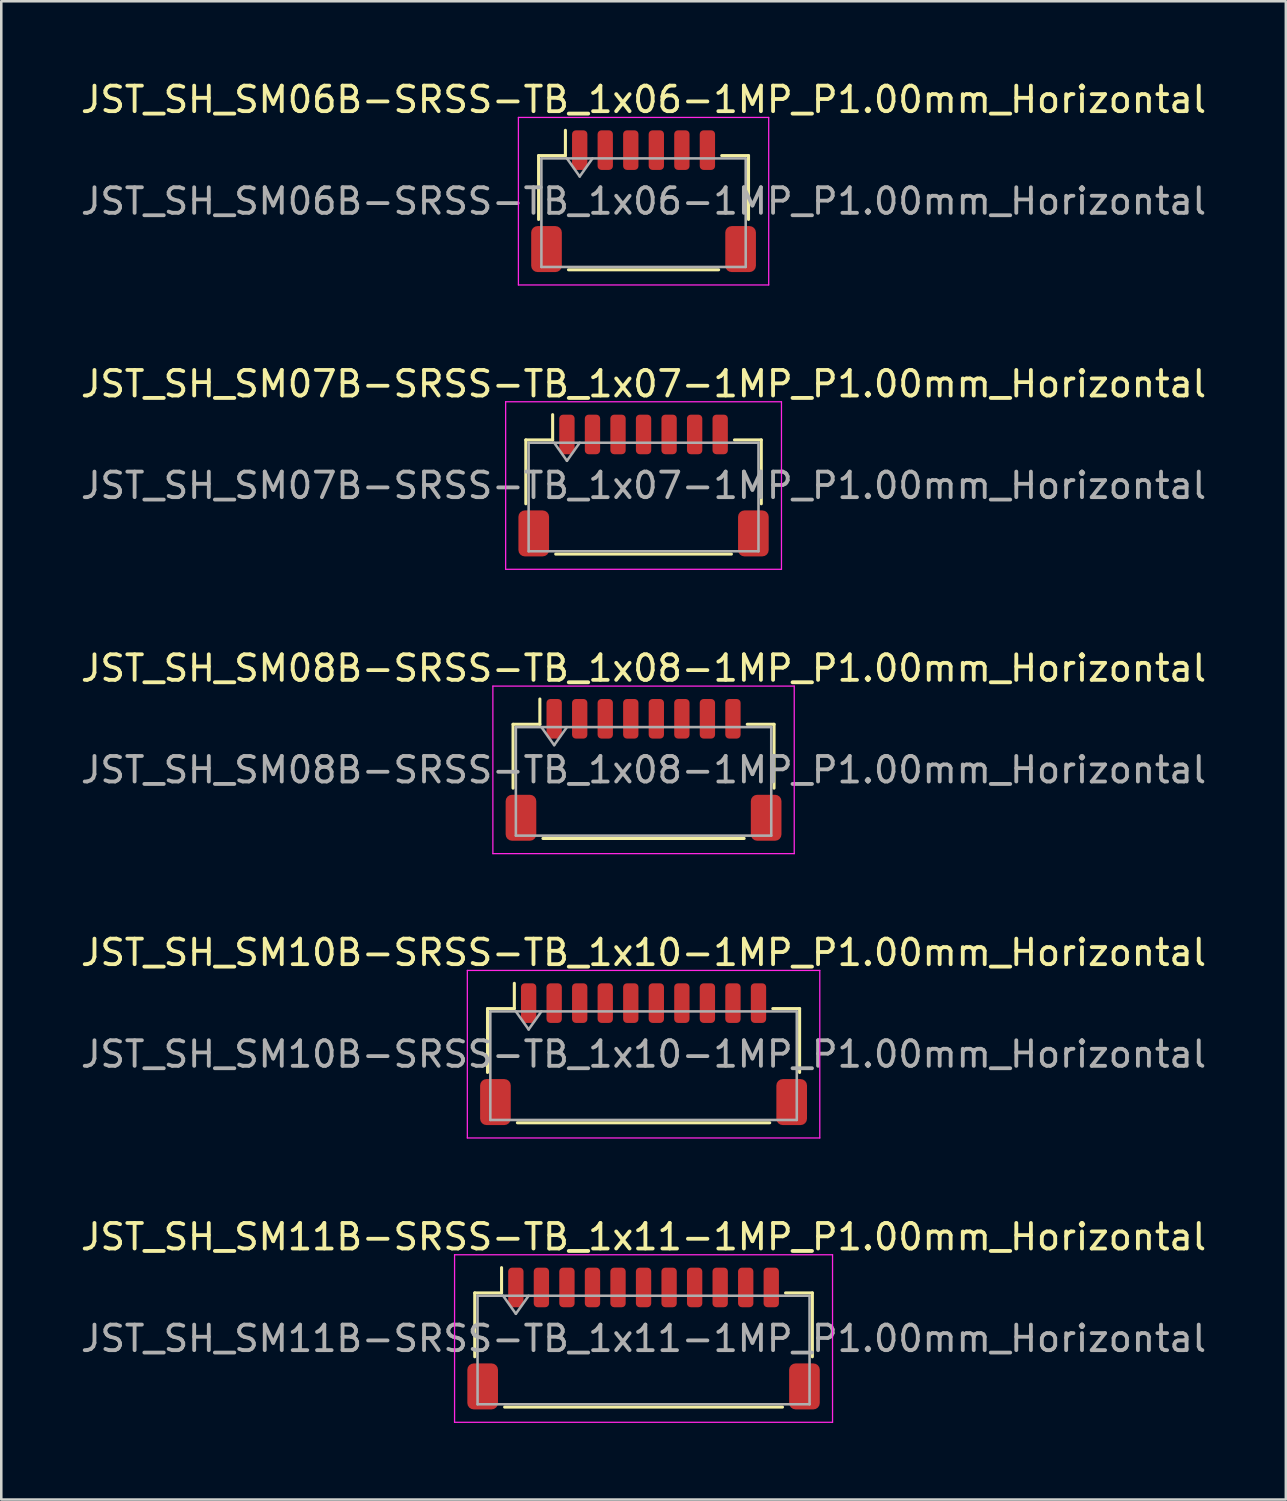
<source format=kicad_pcb>
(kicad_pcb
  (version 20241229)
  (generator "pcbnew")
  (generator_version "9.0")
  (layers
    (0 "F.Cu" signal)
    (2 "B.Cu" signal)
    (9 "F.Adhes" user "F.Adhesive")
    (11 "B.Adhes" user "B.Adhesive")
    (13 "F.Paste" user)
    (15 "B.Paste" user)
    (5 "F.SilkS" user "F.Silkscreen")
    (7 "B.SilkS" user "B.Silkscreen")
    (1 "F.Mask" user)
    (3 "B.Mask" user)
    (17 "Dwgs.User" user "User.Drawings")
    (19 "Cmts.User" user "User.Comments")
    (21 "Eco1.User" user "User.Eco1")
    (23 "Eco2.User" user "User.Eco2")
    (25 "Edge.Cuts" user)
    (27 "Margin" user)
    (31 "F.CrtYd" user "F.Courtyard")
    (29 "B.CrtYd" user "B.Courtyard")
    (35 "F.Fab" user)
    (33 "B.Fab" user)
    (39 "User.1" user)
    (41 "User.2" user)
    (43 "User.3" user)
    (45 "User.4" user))
  (footprint "JST_SH_SM07B-SRSS-TB_1x07-1MP_P1.00mm_Horizontal"
    (layer "F.Cu")
    (at 22.149 15.961)
    (property "Reference" "JST_SH_SM07B-SRSS-TB_1x07-1MP_P1.00mm_Horizontal" (at 0 -3.98 0) (layer "F.SilkS") (effects (font (size 1 1) (thickness 0.15))))
    (attr smd)
    (fp_line (start -4.61 -1.785) (end -3.56 -1.785) (stroke (width 0.12) (type solid)) (layer "F.SilkS"))
    (fp_line (start -4.61 0.715) (end -4.61 -1.785) (stroke (width 0.12) (type solid)) (layer "F.SilkS"))
    (fp_line (start -3.56 -1.785) (end -3.56 -2.775) (stroke (width 0.12) (type solid)) (layer "F.SilkS"))
    (fp_line (start -3.44 2.685) (end 3.44 2.685) (stroke (width 0.12) (type solid)) (layer "F.SilkS"))
    (fp_line (start 4.61 -1.785) (end 3.56 -1.785) (stroke (width 0.12) (type solid)) (layer "F.SilkS"))
    (fp_line (start 4.61 0.715) (end 4.61 -1.785) (stroke (width 0.12) (type solid)) (layer "F.SilkS"))
    (fp_line (start -5.4 -3.28) (end -5.4 3.28) (stroke (width 0.05) (type solid)) (layer "F.CrtYd"))
    (fp_line (start -5.4 3.28) (end 5.4 3.28) (stroke (width 0.05) (type solid)) (layer "F.CrtYd"))
    (fp_line (start 5.4 -3.28) (end -5.4 -3.28) (stroke (width 0.05) (type solid)) (layer "F.CrtYd"))
    (fp_line (start 5.4 3.28) (end 5.4 -3.28) (stroke (width 0.05) (type solid)) (layer "F.CrtYd"))
    (fp_line (start -4.5 -1.675) (end -4.5 2.575) (stroke (width 0.1) (type solid)) (layer "F.Fab"))
    (fp_line (start -4.5 -1.675) (end 4.5 -1.675) (stroke (width 0.1) (type solid)) (layer "F.Fab"))
    (fp_line (start -4.5 2.575) (end 4.5 2.575) (stroke (width 0.1) (type solid)) (layer "F.Fab"))
    (fp_line (start -3.5 -1.675) (end -3 -0.968) (stroke (width 0.1) (type solid)) (layer "F.Fab"))
    (fp_line (start -3 -0.968) (end -2.5 -1.675) (stroke (width 0.1) (type solid)) (layer "F.Fab"))
    (fp_line (start 4.5 -1.675) (end 4.5 2.575) (stroke (width 0.1) (type solid)) (layer "F.Fab"))
    (fp_text user "${REFERENCE}" (at 0 0 0) (layer "F.Fab") (effects (font (size 1 1) (thickness 0.15))))
    (pad "1" smd roundrect (at -3 -2) (size 0.6 1.55) (layers "F.Cu" "F.Mask" "F.Paste") (roundrect_rratio 0.25))
    (pad "2" smd roundrect (at -2 -2) (size 0.6 1.55) (layers "F.Cu" "F.Mask" "F.Paste") (roundrect_rratio 0.25))
    (pad "3" smd roundrect (at -1 -2) (size 0.6 1.55) (layers "F.Cu" "F.Mask" "F.Paste") (roundrect_rratio 0.25))
    (pad "4" smd roundrect (at 0 -2) (size 0.6 1.55) (layers "F.Cu" "F.Mask" "F.Paste") (roundrect_rratio 0.25))
    (pad "5" smd roundrect (at 1 -2) (size 0.6 1.55) (layers "F.Cu" "F.Mask" "F.Paste") (roundrect_rratio 0.25))
    (pad "6" smd roundrect (at 2 -2) (size 0.6 1.55) (layers "F.Cu" "F.Mask" "F.Paste") (roundrect_rratio 0.25))
    (pad "7" smd roundrect (at 3 -2) (size 0.6 1.55) (layers "F.Cu" "F.Mask" "F.Paste") (roundrect_rratio 0.25))
    (pad "MP" smd roundrect (at -4.3 1.875) (size 1.2 1.8) (layers "F.Cu" "F.Mask" "F.Paste") (roundrect_rratio 0.208))
    (pad "MP" smd roundrect (at 4.3 1.875) (size 1.2 1.8) (layers "F.Cu" "F.Mask" "F.Paste") (roundrect_rratio 0.208)))
  (footprint "JST_SH_SM06B-SRSS-TB_1x06-1MP_P1.00mm_Horizontal"
    (layer "F.Cu")
    (at 22.149 4.828)
    (property "Reference" "JST_SH_SM06B-SRSS-TB_1x06-1MP_P1.00mm_Horizontal" (at 0 -3.98 0) (layer "F.SilkS") (effects (font (size 1 1) (thickness 0.15))))
    (attr smd)
    (fp_line (start -4.11 -1.785) (end -3.06 -1.785) (stroke (width 0.12) (type solid)) (layer "F.SilkS"))
    (fp_line (start -4.11 0.715) (end -4.11 -1.785) (stroke (width 0.12) (type solid)) (layer "F.SilkS"))
    (fp_line (start -3.06 -1.785) (end -3.06 -2.775) (stroke (width 0.12) (type solid)) (layer "F.SilkS"))
    (fp_line (start -2.94 2.685) (end 2.94 2.685) (stroke (width 0.12) (type solid)) (layer "F.SilkS"))
    (fp_line (start 4.11 -1.785) (end 3.06 -1.785) (stroke (width 0.12) (type solid)) (layer "F.SilkS"))
    (fp_line (start 4.11 0.715) (end 4.11 -1.785) (stroke (width 0.12) (type solid)) (layer "F.SilkS"))
    (fp_line (start -4.9 -3.28) (end -4.9 3.28) (stroke (width 0.05) (type solid)) (layer "F.CrtYd"))
    (fp_line (start -4.9 3.28) (end 4.9 3.28) (stroke (width 0.05) (type solid)) (layer "F.CrtYd"))
    (fp_line (start 4.9 -3.28) (end -4.9 -3.28) (stroke (width 0.05) (type solid)) (layer "F.CrtYd"))
    (fp_line (start 4.9 3.28) (end 4.9 -3.28) (stroke (width 0.05) (type solid)) (layer "F.CrtYd"))
    (fp_line (start -4 -1.675) (end -4 2.575) (stroke (width 0.1) (type solid)) (layer "F.Fab"))
    (fp_line (start -4 -1.675) (end 4 -1.675) (stroke (width 0.1) (type solid)) (layer "F.Fab"))
    (fp_line (start -4 2.575) (end 4 2.575) (stroke (width 0.1) (type solid)) (layer "F.Fab"))
    (fp_line (start -3 -1.675) (end -2.5 -0.968) (stroke (width 0.1) (type solid)) (layer "F.Fab"))
    (fp_line (start -2.5 -0.968) (end -2 -1.675) (stroke (width 0.1) (type solid)) (layer "F.Fab"))
    (fp_line (start 4 -1.675) (end 4 2.575) (stroke (width 0.1) (type solid)) (layer "F.Fab"))
    (fp_text user "${REFERENCE}" (at 0 0 0) (layer "F.Fab") (effects (font (size 1 1) (thickness 0.15))))
    (pad "1" smd roundrect (at -2.5 -2) (size 0.6 1.55) (layers "F.Cu" "F.Mask" "F.Paste") (roundrect_rratio 0.25))
    (pad "2" smd roundrect (at -1.5 -2) (size 0.6 1.55) (layers "F.Cu" "F.Mask" "F.Paste") (roundrect_rratio 0.25))
    (pad "3" smd roundrect (at -0.5 -2) (size 0.6 1.55) (layers "F.Cu" "F.Mask" "F.Paste") (roundrect_rratio 0.25))
    (pad "4" smd roundrect (at 0.5 -2) (size 0.6 1.55) (layers "F.Cu" "F.Mask" "F.Paste") (roundrect_rratio 0.25))
    (pad "5" smd roundrect (at 1.5 -2) (size 0.6 1.55) (layers "F.Cu" "F.Mask" "F.Paste") (roundrect_rratio 0.25))
    (pad "6" smd roundrect (at 2.5 -2) (size 0.6 1.55) (layers "F.Cu" "F.Mask" "F.Paste") (roundrect_rratio 0.25))
    (pad "MP" smd roundrect (at -3.8 1.875) (size 1.2 1.8) (layers "F.Cu" "F.Mask" "F.Paste") (roundrect_rratio 0.208))
    (pad "MP" smd roundrect (at 3.8 1.875) (size 1.2 1.8) (layers "F.Cu" "F.Mask" "F.Paste") (roundrect_rratio 0.208)))
  (footprint "JST_SH_SM11B-SRSS-TB_1x11-1MP_P1.00mm_Horizontal"
    (layer "F.Cu")
    (at 22.149 49.361)
    (property "Reference" "JST_SH_SM11B-SRSS-TB_1x11-1MP_P1.00mm_Horizontal" (at 0 -3.98 0) (layer "F.SilkS") (effects (font (size 1 1) (thickness 0.15))))
    (attr smd)
    (fp_line (start -6.61 -1.785) (end -5.56 -1.785) (stroke (width 0.12) (type solid)) (layer "F.SilkS"))
    (fp_line (start -6.61 0.715) (end -6.61 -1.785) (stroke (width 0.12) (type solid)) (layer "F.SilkS"))
    (fp_line (start -5.56 -1.785) (end -5.56 -2.775) (stroke (width 0.12) (type solid)) (layer "F.SilkS"))
    (fp_line (start -5.44 2.685) (end 5.44 2.685) (stroke (width 0.12) (type solid)) (layer "F.SilkS"))
    (fp_line (start 6.61 -1.785) (end 5.56 -1.785) (stroke (width 0.12) (type solid)) (layer "F.SilkS"))
    (fp_line (start 6.61 0.715) (end 6.61 -1.785) (stroke (width 0.12) (type solid)) (layer "F.SilkS"))
    (fp_line (start -7.4 -3.28) (end -7.4 3.28) (stroke (width 0.05) (type solid)) (layer "F.CrtYd"))
    (fp_line (start -7.4 3.28) (end 7.4 3.28) (stroke (width 0.05) (type solid)) (layer "F.CrtYd"))
    (fp_line (start 7.4 -3.28) (end -7.4 -3.28) (stroke (width 0.05) (type solid)) (layer "F.CrtYd"))
    (fp_line (start 7.4 3.28) (end 7.4 -3.28) (stroke (width 0.05) (type solid)) (layer "F.CrtYd"))
    (fp_line (start -6.5 -1.675) (end -6.5 2.575) (stroke (width 0.1) (type solid)) (layer "F.Fab"))
    (fp_line (start -6.5 -1.675) (end 6.5 -1.675) (stroke (width 0.1) (type solid)) (layer "F.Fab"))
    (fp_line (start -6.5 2.575) (end 6.5 2.575) (stroke (width 0.1) (type solid)) (layer "F.Fab"))
    (fp_line (start -5.5 -1.675) (end -5 -0.968) (stroke (width 0.1) (type solid)) (layer "F.Fab"))
    (fp_line (start -5 -0.968) (end -4.5 -1.675) (stroke (width 0.1) (type solid)) (layer "F.Fab"))
    (fp_line (start 6.5 -1.675) (end 6.5 2.575) (stroke (width 0.1) (type solid)) (layer "F.Fab"))
    (fp_text user "${REFERENCE}" (at 0 0 0) (layer "F.Fab") (effects (font (size 1 1) (thickness 0.15))))
    (pad "1" smd roundrect (at -5 -2) (size 0.6 1.55) (layers "F.Cu" "F.Mask" "F.Paste") (roundrect_rratio 0.25))
    (pad "2" smd roundrect (at -4 -2) (size 0.6 1.55) (layers "F.Cu" "F.Mask" "F.Paste") (roundrect_rratio 0.25))
    (pad "3" smd roundrect (at -3 -2) (size 0.6 1.55) (layers "F.Cu" "F.Mask" "F.Paste") (roundrect_rratio 0.25))
    (pad "4" smd roundrect (at -2 -2) (size 0.6 1.55) (layers "F.Cu" "F.Mask" "F.Paste") (roundrect_rratio 0.25))
    (pad "5" smd roundrect (at -1 -2) (size 0.6 1.55) (layers "F.Cu" "F.Mask" "F.Paste") (roundrect_rratio 0.25))
    (pad "6" smd roundrect (at 0 -2) (size 0.6 1.55) (layers "F.Cu" "F.Mask" "F.Paste") (roundrect_rratio 0.25))
    (pad "7" smd roundrect (at 1 -2) (size 0.6 1.55) (layers "F.Cu" "F.Mask" "F.Paste") (roundrect_rratio 0.25))
    (pad "8" smd roundrect (at 2 -2) (size 0.6 1.55) (layers "F.Cu" "F.Mask" "F.Paste") (roundrect_rratio 0.25))
    (pad "9" smd roundrect (at 3 -2) (size 0.6 1.55) (layers "F.Cu" "F.Mask" "F.Paste") (roundrect_rratio 0.25))
    (pad "10" smd roundrect (at 4 -2) (size 0.6 1.55) (layers "F.Cu" "F.Mask" "F.Paste") (roundrect_rratio 0.25))
    (pad "11" smd roundrect (at 5 -2) (size 0.6 1.55) (layers "F.Cu" "F.Mask" "F.Paste") (roundrect_rratio 0.25))
    (pad "MP" smd roundrect (at -6.3 1.875) (size 1.2 1.8) (layers "F.Cu" "F.Mask" "F.Paste") (roundrect_rratio 0.208))
    (pad "MP" smd roundrect (at 6.3 1.875) (size 1.2 1.8) (layers "F.Cu" "F.Mask" "F.Paste") (roundrect_rratio 0.208)))
  (footprint "JST_SH_SM10B-SRSS-TB_1x10-1MP_P1.00mm_Horizontal"
    (layer "F.Cu")
    (at 22.149 38.228)
    (property "Reference" "JST_SH_SM10B-SRSS-TB_1x10-1MP_P1.00mm_Horizontal" (at 0 -3.98 0) (layer "F.SilkS") (effects (font (size 1 1) (thickness 0.15))))
    (attr smd)
    (fp_line (start -6.11 -1.785) (end -5.06 -1.785) (stroke (width 0.12) (type solid)) (layer "F.SilkS"))
    (fp_line (start -6.11 0.715) (end -6.11 -1.785) (stroke (width 0.12) (type solid)) (layer "F.SilkS"))
    (fp_line (start -5.06 -1.785) (end -5.06 -2.775) (stroke (width 0.12) (type solid)) (layer "F.SilkS"))
    (fp_line (start -4.94 2.685) (end 4.94 2.685) (stroke (width 0.12) (type solid)) (layer "F.SilkS"))
    (fp_line (start 6.11 -1.785) (end 5.06 -1.785) (stroke (width 0.12) (type solid)) (layer "F.SilkS"))
    (fp_line (start 6.11 0.715) (end 6.11 -1.785) (stroke (width 0.12) (type solid)) (layer "F.SilkS"))
    (fp_line (start -6.9 -3.28) (end -6.9 3.28) (stroke (width 0.05) (type solid)) (layer "F.CrtYd"))
    (fp_line (start -6.9 3.28) (end 6.9 3.28) (stroke (width 0.05) (type solid)) (layer "F.CrtYd"))
    (fp_line (start 6.9 -3.28) (end -6.9 -3.28) (stroke (width 0.05) (type solid)) (layer "F.CrtYd"))
    (fp_line (start 6.9 3.28) (end 6.9 -3.28) (stroke (width 0.05) (type solid)) (layer "F.CrtYd"))
    (fp_line (start -6 -1.675) (end -6 2.575) (stroke (width 0.1) (type solid)) (layer "F.Fab"))
    (fp_line (start -6 -1.675) (end 6 -1.675) (stroke (width 0.1) (type solid)) (layer "F.Fab"))
    (fp_line (start -6 2.575) (end 6 2.575) (stroke (width 0.1) (type solid)) (layer "F.Fab"))
    (fp_line (start -5 -1.675) (end -4.5 -0.968) (stroke (width 0.1) (type solid)) (layer "F.Fab"))
    (fp_line (start -4.5 -0.968) (end -4 -1.675) (stroke (width 0.1) (type solid)) (layer "F.Fab"))
    (fp_line (start 6 -1.675) (end 6 2.575) (stroke (width 0.1) (type solid)) (layer "F.Fab"))
    (fp_text user "${REFERENCE}" (at 0 0 0) (layer "F.Fab") (effects (font (size 1 1) (thickness 0.15))))
    (pad "1" smd roundrect (at -4.5 -2) (size 0.6 1.55) (layers "F.Cu" "F.Mask" "F.Paste") (roundrect_rratio 0.25))
    (pad "2" smd roundrect (at -3.5 -2) (size 0.6 1.55) (layers "F.Cu" "F.Mask" "F.Paste") (roundrect_rratio 0.25))
    (pad "3" smd roundrect (at -2.5 -2) (size 0.6 1.55) (layers "F.Cu" "F.Mask" "F.Paste") (roundrect_rratio 0.25))
    (pad "4" smd roundrect (at -1.5 -2) (size 0.6 1.55) (layers "F.Cu" "F.Mask" "F.Paste") (roundrect_rratio 0.25))
    (pad "5" smd roundrect (at -0.5 -2) (size 0.6 1.55) (layers "F.Cu" "F.Mask" "F.Paste") (roundrect_rratio 0.25))
    (pad "6" smd roundrect (at 0.5 -2) (size 0.6 1.55) (layers "F.Cu" "F.Mask" "F.Paste") (roundrect_rratio 0.25))
    (pad "7" smd roundrect (at 1.5 -2) (size 0.6 1.55) (layers "F.Cu" "F.Mask" "F.Paste") (roundrect_rratio 0.25))
    (pad "8" smd roundrect (at 2.5 -2) (size 0.6 1.55) (layers "F.Cu" "F.Mask" "F.Paste") (roundrect_rratio 0.25))
    (pad "9" smd roundrect (at 3.5 -2) (size 0.6 1.55) (layers "F.Cu" "F.Mask" "F.Paste") (roundrect_rratio 0.25))
    (pad "10" smd roundrect (at 4.5 -2) (size 0.6 1.55) (layers "F.Cu" "F.Mask" "F.Paste") (roundrect_rratio 0.25))
    (pad "MP" smd roundrect (at -5.8 1.875) (size 1.2 1.8) (layers "F.Cu" "F.Mask" "F.Paste") (roundrect_rratio 0.208))
    (pad "MP" smd roundrect (at 5.8 1.875) (size 1.2 1.8) (layers "F.Cu" "F.Mask" "F.Paste") (roundrect_rratio 0.208)))
  (footprint "JST_SH_SM08B-SRSS-TB_1x08-1MP_P1.00mm_Horizontal"
    (layer "F.Cu")
    (at 22.149 27.095)
    (property "Reference" "JST_SH_SM08B-SRSS-TB_1x08-1MP_P1.00mm_Horizontal" (at 0 -3.98 0) (layer "F.SilkS") (effects (font (size 1 1) (thickness 0.15))))
    (attr smd)
    (fp_line (start -5.11 -1.785) (end -4.06 -1.785) (stroke (width 0.12) (type solid)) (layer "F.SilkS"))
    (fp_line (start -5.11 0.715) (end -5.11 -1.785) (stroke (width 0.12) (type solid)) (layer "F.SilkS"))
    (fp_line (start -4.06 -1.785) (end -4.06 -2.775) (stroke (width 0.12) (type solid)) (layer "F.SilkS"))
    (fp_line (start -3.94 2.685) (end 3.94 2.685) (stroke (width 0.12) (type solid)) (layer "F.SilkS"))
    (fp_line (start 5.11 -1.785) (end 4.06 -1.785) (stroke (width 0.12) (type solid)) (layer "F.SilkS"))
    (fp_line (start 5.11 0.715) (end 5.11 -1.785) (stroke (width 0.12) (type solid)) (layer "F.SilkS"))
    (fp_line (start -5.9 -3.28) (end -5.9 3.28) (stroke (width 0.05) (type solid)) (layer "F.CrtYd"))
    (fp_line (start -5.9 3.28) (end 5.9 3.28) (stroke (width 0.05) (type solid)) (layer "F.CrtYd"))
    (fp_line (start 5.9 -3.28) (end -5.9 -3.28) (stroke (width 0.05) (type solid)) (layer "F.CrtYd"))
    (fp_line (start 5.9 3.28) (end 5.9 -3.28) (stroke (width 0.05) (type solid)) (layer "F.CrtYd"))
    (fp_line (start -5 -1.675) (end -5 2.575) (stroke (width 0.1) (type solid)) (layer "F.Fab"))
    (fp_line (start -5 -1.675) (end 5 -1.675) (stroke (width 0.1) (type solid)) (layer "F.Fab"))
    (fp_line (start -5 2.575) (end 5 2.575) (stroke (width 0.1) (type solid)) (layer "F.Fab"))
    (fp_line (start -4 -1.675) (end -3.5 -0.968) (stroke (width 0.1) (type solid)) (layer "F.Fab"))
    (fp_line (start -3.5 -0.968) (end -3 -1.675) (stroke (width 0.1) (type solid)) (layer "F.Fab"))
    (fp_line (start 5 -1.675) (end 5 2.575) (stroke (width 0.1) (type solid)) (layer "F.Fab"))
    (fp_text user "${REFERENCE}" (at 0 0 0) (layer "F.Fab") (effects (font (size 1 1) (thickness 0.15))))
    (pad "1" smd roundrect (at -3.5 -2) (size 0.6 1.55) (layers "F.Cu" "F.Mask" "F.Paste") (roundrect_rratio 0.25))
    (pad "2" smd roundrect (at -2.5 -2) (size 0.6 1.55) (layers "F.Cu" "F.Mask" "F.Paste") (roundrect_rratio 0.25))
    (pad "3" smd roundrect (at -1.5 -2) (size 0.6 1.55) (layers "F.Cu" "F.Mask" "F.Paste") (roundrect_rratio 0.25))
    (pad "4" smd roundrect (at -0.5 -2) (size 0.6 1.55) (layers "F.Cu" "F.Mask" "F.Paste") (roundrect_rratio 0.25))
    (pad "5" smd roundrect (at 0.5 -2) (size 0.6 1.55) (layers "F.Cu" "F.Mask" "F.Paste") (roundrect_rratio 0.25))
    (pad "6" smd roundrect (at 1.5 -2) (size 0.6 1.55) (layers "F.Cu" "F.Mask" "F.Paste") (roundrect_rratio 0.25))
    (pad "7" smd roundrect (at 2.5 -2) (size 0.6 1.55) (layers "F.Cu" "F.Mask" "F.Paste") (roundrect_rratio 0.25))
    (pad "8" smd roundrect (at 3.5 -2) (size 0.6 1.55) (layers "F.Cu" "F.Mask" "F.Paste") (roundrect_rratio 0.25))
    (pad "MP" smd roundrect (at -4.8 1.875) (size 1.2 1.8) (layers "F.Cu" "F.Mask" "F.Paste") (roundrect_rratio 0.208))
    (pad "MP" smd roundrect (at 4.8 1.875) (size 1.2 1.8) (layers "F.Cu" "F.Mask" "F.Paste") (roundrect_rratio 0.208)))
  (gr_rect
    (start -3 -3)
    (end 47.298 55.666)
    (stroke (width 0.1) (type default))
    (fill no)
    (layer "Edge.Cuts")))
</source>
